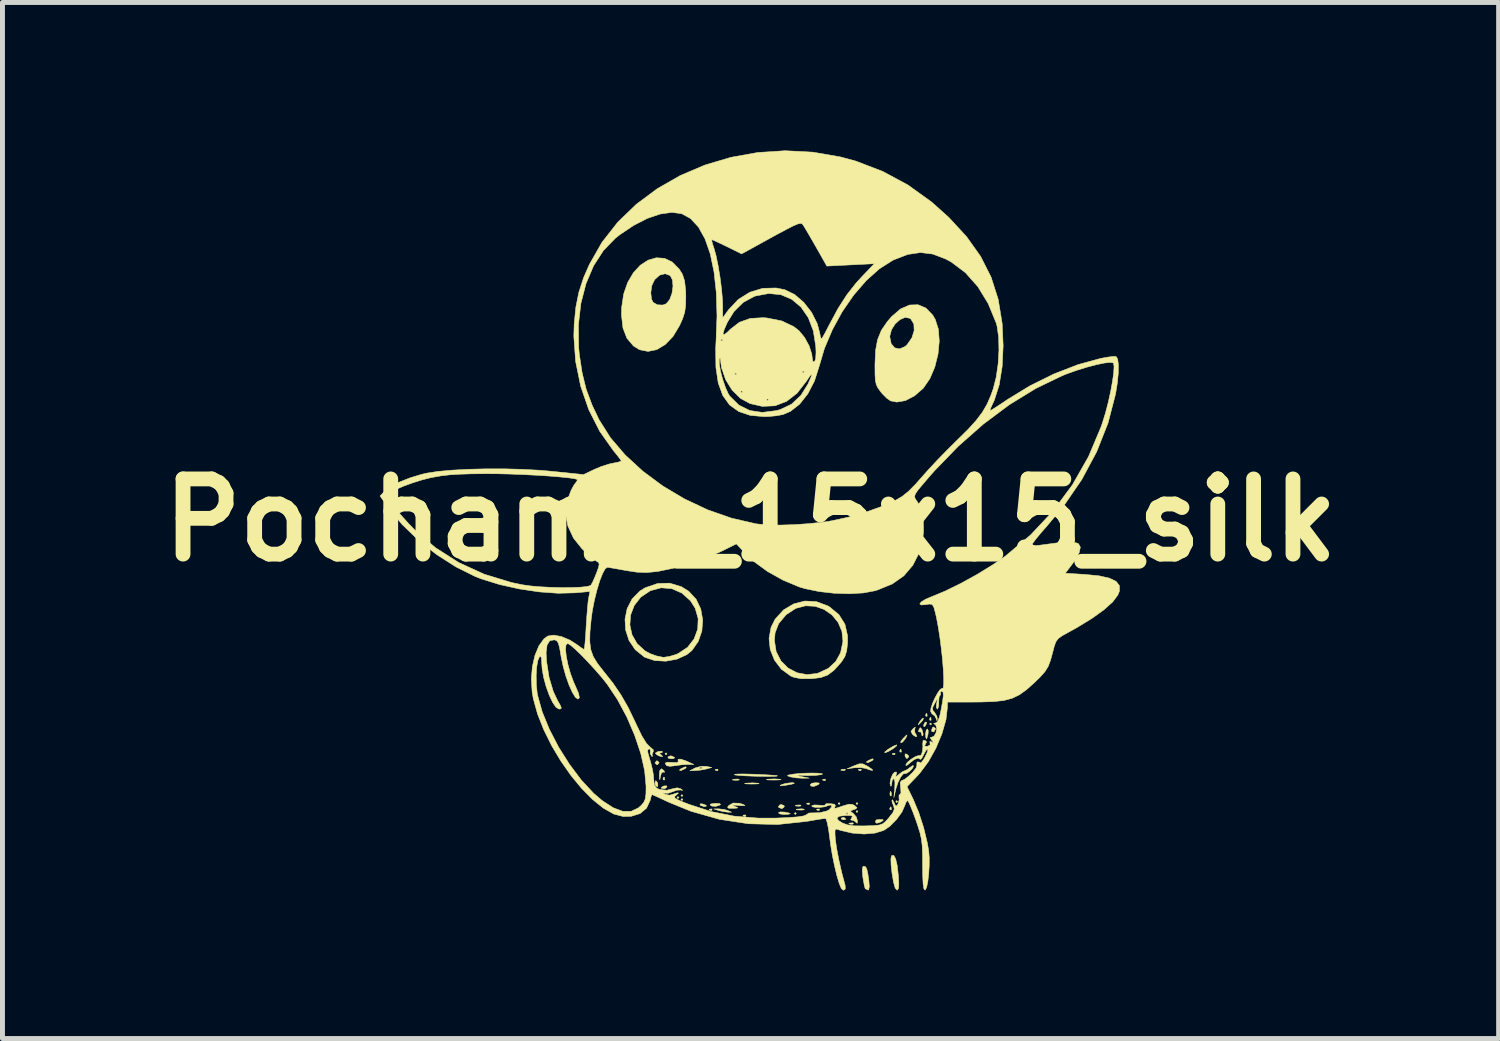
<source format=kicad_pcb>
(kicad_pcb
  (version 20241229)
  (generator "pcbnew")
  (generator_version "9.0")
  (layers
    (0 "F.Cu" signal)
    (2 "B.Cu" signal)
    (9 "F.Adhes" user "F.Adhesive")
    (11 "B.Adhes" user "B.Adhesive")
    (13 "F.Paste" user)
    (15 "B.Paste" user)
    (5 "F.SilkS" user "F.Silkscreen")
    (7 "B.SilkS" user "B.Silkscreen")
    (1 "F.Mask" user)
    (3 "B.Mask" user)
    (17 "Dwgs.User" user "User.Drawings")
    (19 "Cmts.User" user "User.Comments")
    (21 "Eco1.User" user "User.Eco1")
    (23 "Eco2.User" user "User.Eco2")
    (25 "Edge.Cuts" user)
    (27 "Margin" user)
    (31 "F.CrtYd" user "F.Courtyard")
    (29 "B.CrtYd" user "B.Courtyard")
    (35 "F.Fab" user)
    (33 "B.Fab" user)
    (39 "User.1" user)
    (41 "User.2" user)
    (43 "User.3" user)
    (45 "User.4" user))
  (footprint "Pochama_15x15_silk"
    (layer "F.Cu")
    (at 12.163 7.492)
    (property "Reference" "Pochama_15x15_silk" (at 0 0 0) (layer "F.SilkS") (effects (font (size 1.524 1.524) (thickness 0.3))))
    (attr through_hole)
    (fp_poly (pts (xy -1.693 4.737) (xy -1.713 4.757) (xy -1.734 4.737) (xy -1.713 4.717) (xy -1.693 4.737)) (stroke (width 0.01) (type solid)) (fill yes) (layer "F.SilkS"))
    (fp_poly (pts (xy -1.451 5.624) (xy -1.472 5.644) (xy -1.492 5.624) (xy -1.472 5.604) (xy -1.451 5.624)) (stroke (width 0.01) (type solid)) (fill yes) (layer "F.SilkS"))
    (fp_poly (pts (xy -1.371 5.584) (xy -1.391 5.604) (xy -1.411 5.584) (xy -1.391 5.564) (xy -1.371 5.584)) (stroke (width 0.01) (type solid)) (fill yes) (layer "F.SilkS"))
    (fp_poly (pts (xy -1.371 5.665) (xy -1.391 5.685) (xy -1.411 5.665) (xy -1.391 5.644) (xy -1.371 5.665)) (stroke (width 0.01) (type solid)) (fill yes) (layer "F.SilkS"))
    (fp_poly (pts (xy 0.927 5.947) (xy 0.907 5.967) (xy 0.887 5.947) (xy 0.907 5.927) (xy 0.927 5.947)) (stroke (width 0.01) (type solid)) (fill yes) (layer "F.SilkS"))
    (fp_poly (pts (xy 1.814 5.745) (xy 1.794 5.765) (xy 1.774 5.745) (xy 1.794 5.725) (xy 1.814 5.745)) (stroke (width 0.01) (type solid)) (fill yes) (layer "F.SilkS"))
    (fp_poly (pts (xy 2.177 5.745) (xy 2.157 5.765) (xy 2.137 5.745) (xy 2.157 5.725) (xy 2.177 5.745)) (stroke (width 0.01) (type solid)) (fill yes) (layer "F.SilkS"))
    (fp_poly (pts (xy 2.177 5.907) (xy 2.157 5.927) (xy 2.137 5.907) (xy 2.157 5.886) (xy 2.177 5.907)) (stroke (width 0.01) (type solid)) (fill yes) (layer "F.SilkS"))
    (fp_poly (pts (xy 2.983 5.705) (xy 2.963 5.725) (xy 2.943 5.705) (xy 2.963 5.685) (xy 2.983 5.705)) (stroke (width 0.01) (type solid)) (fill yes) (layer "F.SilkS"))
    (fp_poly (pts (xy 3.669 4.133) (xy 3.649 4.153) (xy 3.629 4.133) (xy 3.649 4.112) (xy 3.669 4.133)) (stroke (width 0.01) (type solid)) (fill yes) (layer "F.SilkS"))
    (fp_poly (pts (xy -1.747 5.214) (xy -1.742 5.262) (xy -1.747 5.268) (xy -1.771 5.263) (xy -1.774 5.241) (xy -1.759 5.208) (xy -1.747 5.214)) (stroke (width 0.01) (type solid)) (fill yes) (layer "F.SilkS"))
    (fp_poly (pts (xy -0.779 5.859) (xy -0.785 5.883) (xy -0.806 5.886) (xy -0.84 5.872) (xy -0.833 5.859) (xy -0.785 5.855) (xy -0.779 5.859)) (stroke (width 0.01) (type solid)) (fill yes) (layer "F.SilkS"))
    (fp_poly (pts (xy -0.659 5.053) (xy -0.664 5.077) (xy -0.685 5.08) (xy -0.719 5.065) (xy -0.712 5.053) (xy -0.664 5.048) (xy -0.659 5.053)) (stroke (width 0.01) (type solid)) (fill yes) (layer "F.SilkS"))
    (fp_poly (pts (xy -0.094 5.98) (xy -0.1 6.004) (xy -0.121 6.007) (xy -0.154 5.993) (xy -0.148 5.98) (xy -0.1 5.976) (xy -0.094 5.98)) (stroke (width 0.01) (type solid)) (fill yes) (layer "F.SilkS"))
    (fp_poly (pts (xy 1.018 5.779) (xy 1.023 5.794) (xy 0.968 5.799) (xy 0.91 5.793) (xy 0.917 5.779) (xy 1 5.774) (xy 1.018 5.779)) (stroke (width 0.01) (type solid)) (fill yes) (layer "F.SilkS"))
    (fp_poly (pts (xy 1.196 5.739) (xy 1.191 5.762) (xy 1.169 5.765) (xy 1.136 5.751) (xy 1.142 5.739) (xy 1.19 5.734) (xy 1.196 5.739)) (stroke (width 0.01) (type solid)) (fill yes) (layer "F.SilkS"))
    (fp_poly (pts (xy 1.398 5.859) (xy 1.392 5.883) (xy 1.371 5.886) (xy 1.338 5.872) (xy 1.344 5.859) (xy 1.392 5.855) (xy 1.398 5.859)) (stroke (width 0.01) (type solid)) (fill yes) (layer "F.SilkS"))
    (fp_poly (pts (xy 1.519 5.255) (xy 1.513 5.279) (xy 1.492 5.282) (xy 1.459 5.267) (xy 1.465 5.255) (xy 1.513 5.25) (xy 1.519 5.255)) (stroke (width 0.01) (type solid)) (fill yes) (layer "F.SilkS"))
    (fp_poly (pts (xy 1.924 5.056) (xy 1.912 5.074) (xy 1.871 5.077) (xy 1.828 5.067) (xy 1.847 5.052) (xy 1.91 5.048) (xy 1.924 5.056)) (stroke (width 0.01) (type solid)) (fill yes) (layer "F.SilkS"))
    (fp_poly (pts (xy 2.086 6.144) (xy 2.074 6.163) (xy 2.033 6.165) (xy 1.99 6.156) (xy 2.008 6.141) (xy 2.071 6.136) (xy 2.086 6.144)) (stroke (width 0.01) (type solid)) (fill yes) (layer "F.SilkS"))
    (fp_poly (pts (xy 2.244 5.053) (xy 2.239 5.077) (xy 2.217 5.08) (xy 2.184 5.065) (xy 2.191 5.053) (xy 2.238 5.048) (xy 2.244 5.053)) (stroke (width 0.01) (type solid)) (fill yes) (layer "F.SilkS"))
    (fp_poly (pts (xy 2.849 5.819) (xy 2.854 5.867) (xy 2.849 5.873) (xy 2.825 5.867) (xy 2.822 5.846) (xy 2.837 5.813) (xy 2.849 5.819)) (stroke (width 0.01) (type solid)) (fill yes) (layer "F.SilkS"))
    (fp_poly (pts (xy 2.85 5.516) (xy 2.855 5.579) (xy 2.847 5.593) (xy 2.828 5.581) (xy 2.825 5.54) (xy 2.835 5.497) (xy 2.85 5.516)) (stroke (width 0.01) (type solid)) (fill yes) (layer "F.SilkS"))
    (fp_poly (pts (xy 2.93 4.731) (xy 2.924 4.755) (xy 2.903 4.757) (xy 2.87 4.743) (xy 2.876 4.731) (xy 2.924 4.726) (xy 2.93 4.731)) (stroke (width 0.01) (type solid)) (fill yes) (layer "F.SilkS"))
    (fp_poly (pts (xy 3.051 4.65) (xy 3.056 4.698) (xy 3.051 4.704) (xy 3.027 4.698) (xy 3.024 4.677) (xy 3.039 4.644) (xy 3.051 4.65)) (stroke (width 0.01) (type solid)) (fill yes) (layer "F.SilkS"))
    (fp_poly (pts (xy 3.575 3.924) (xy 3.58 3.972) (xy 3.575 3.978) (xy 3.551 3.972) (xy 3.548 3.951) (xy 3.563 3.918) (xy 3.575 3.924)) (stroke (width 0.01) (type solid)) (fill yes) (layer "F.SilkS"))
    (fp_poly (pts (xy 3.655 4.005) (xy 3.66 4.053) (xy 3.655 4.059) (xy 3.631 4.053) (xy 3.629 4.032) (xy 3.643 3.999) (xy 3.655 4.005)) (stroke (width 0.01) (type solid)) (fill yes) (layer "F.SilkS"))
    (fp_poly (pts (xy -1.591 4.784) (xy -1.536 4.815) (xy -1.56 4.834) (xy -1.615 4.838) (xy -1.671 4.823) (xy -1.674 4.8) (xy -1.622 4.778) (xy -1.591 4.784)) (stroke (width 0.01) (type solid)) (fill yes) (layer "F.SilkS"))
    (fp_poly (pts (xy -0.968 5.754) (xy -0.898 5.781) (xy -0.899 5.801) (xy -0.945 5.806) (xy -1.012 5.784) (xy -1.026 5.769) (xy -1.013 5.749) (xy -0.968 5.754)) (stroke (width 0.01) (type solid)) (fill yes) (layer "F.SilkS"))
    (fp_poly (pts (xy 1.898 6.029) (xy 1.933 6.062) (xy 1.891 6.074) (xy 1.877 6.074) (xy 1.836 6.057) (xy 1.839 6.04) (xy 1.886 6.024) (xy 1.898 6.029)) (stroke (width 0.01) (type solid)) (fill yes) (layer "F.SilkS"))
    (fp_poly (pts (xy 2.685 6.071) (xy 2.687 6.089) (xy 2.625 6.126) (xy 2.556 6.145) (xy 2.529 6.117) (xy 2.546 6.078) (xy 2.606 6.068) (xy 2.685 6.071)) (stroke (width 0.01) (type solid)) (fill yes) (layer "F.SilkS"))
    (fp_poly (pts (xy 3.167 4.744) (xy 3.206 4.782) (xy 3.203 4.802) (xy 3.168 4.836) (xy 3.137 4.795) (xy 3.131 4.78) (xy 3.133 4.739) (xy 3.167 4.744)) (stroke (width 0.01) (type solid)) (fill yes) (layer "F.SilkS"))
    (fp_poly (pts (xy 3.493 4.053) (xy 3.45 4.103) (xy 3.401 4.149) (xy 3.402 4.134) (xy 3.431 4.084) (xy 3.477 4.025) (xy 3.504 4.014) (xy 3.493 4.053)) (stroke (width 0.01) (type solid)) (fill yes) (layer "F.SilkS"))
    (fp_poly (pts (xy 3.57 4.099) (xy 3.563 4.13) (xy 3.531 4.187) (xy 3.51 4.178) (xy 3.508 4.155) (xy 3.537 4.1) (xy 3.547 4.093) (xy 3.57 4.099)) (stroke (width 0.01) (type solid)) (fill yes) (layer "F.SilkS"))
    (fp_poly (pts (xy -1.893 5.313) (xy -1.88 5.342) (xy -1.88 5.394) (xy -1.896 5.403) (xy -1.931 5.37) (xy -1.935 5.342) (xy -1.927 5.288) (xy -1.919 5.282) (xy -1.893 5.313)) (stroke (width 0.01) (type solid)) (fill yes) (layer "F.SilkS"))
    (fp_poly (pts (xy -1.856 4.909) (xy -1.855 4.919) (xy -1.885 4.958) (xy -1.895 4.959) (xy -1.934 4.928) (xy -1.935 4.919) (xy -1.905 4.88) (xy -1.895 4.878) (xy -1.856 4.909)) (stroke (width 0.01) (type solid)) (fill yes) (layer "F.SilkS"))
    (fp_poly (pts (xy -1.693 5.404) (xy -1.726 5.438) (xy -1.754 5.443) (xy -1.808 5.434) (xy -1.814 5.427) (xy -1.783 5.401) (xy -1.754 5.388) (xy -1.702 5.387) (xy -1.693 5.404)) (stroke (width 0.01) (type solid)) (fill yes) (layer "F.SilkS"))
    (fp_poly (pts (xy -1.303 5.017) (xy -1.33 5.04) (xy -1.404 5.074) (xy -1.431 5.079) (xy -1.438 5.062) (xy -1.411 5.04) (xy -1.338 5.006) (xy -1.31 5.001) (xy -1.303 5.017)) (stroke (width 0.01) (type solid)) (fill yes) (layer "F.SilkS"))
    (fp_poly (pts (xy -0.531 5.866) (xy -0.464 5.886) (xy -0.383 5.921) (xy -0.464 5.92) (xy -0.566 5.906) (xy -0.645 5.886) (xy -0.746 5.854) (xy -0.645 5.853) (xy -0.531 5.866)) (stroke (width 0.01) (type solid)) (fill yes) (layer "F.SilkS"))
    (fp_poly (pts (xy -0.231 5.255) (xy -0.23 5.268) (xy -0.293 5.274) (xy -0.302 5.274) (xy -0.365 5.268) (xy -0.359 5.256) (xy -0.352 5.254) (xy -0.264 5.248) (xy -0.231 5.255)) (stroke (width 0.01) (type solid)) (fill yes) (layer "F.SilkS"))
    (fp_poly (pts (xy 0.679 5.787) (xy 0.685 5.806) (xy 0.653 5.841) (xy 0.625 5.846) (xy 0.571 5.824) (xy 0.564 5.806) (xy 0.597 5.77) (xy 0.625 5.765) (xy 0.679 5.787)) (stroke (width 0.01) (type solid)) (fill yes) (layer "F.SilkS"))
    (fp_poly (pts (xy 1.078 5.859) (xy 1.091 5.87) (xy 1.035 5.877) (xy 1.008 5.877) (xy 0.935 5.873) (xy 0.926 5.862) (xy 0.937 5.859) (xy 1.04 5.852) (xy 1.078 5.859)) (stroke (width 0.01) (type solid)) (fill yes) (layer "F.SilkS"))
    (fp_poly (pts (xy 1.391 5.329) (xy 1.389 5.349) (xy 1.371 5.362) (xy 1.286 5.398) (xy 1.224 5.391) (xy 1.21 5.362) (xy 1.244 5.333) (xy 1.32 5.323) (xy 1.391 5.329)) (stroke (width 0.01) (type solid)) (fill yes) (layer "F.SilkS"))
    (fp_poly (pts (xy 2.487 4.856) (xy 2.459 4.878) (xy 2.386 4.913) (xy 2.359 4.917) (xy 2.351 4.901) (xy 2.379 4.878) (xy 2.452 4.844) (xy 2.48 4.839) (xy 2.487 4.856)) (stroke (width 0.01) (type solid)) (fill yes) (layer "F.SilkS"))
    (fp_poly (pts (xy 3.164 4.383) (xy 3.135 4.435) (xy 3.082 4.498) (xy 3.048 4.516) (xy 3.044 4.491) (xy 3.084 4.435) (xy 3.143 4.375) (xy 3.172 4.354) (xy 3.164 4.383)) (stroke (width 0.01) (type solid)) (fill yes) (layer "F.SilkS"))
    (fp_poly (pts (xy 3.602 4.267) (xy 3.598 4.334) (xy 3.578 4.41) (xy 3.563 4.435) (xy 3.552 4.4) (xy 3.548 4.334) (xy 3.56 4.258) (xy 3.583 4.233) (xy 3.602 4.267)) (stroke (width 0.01) (type solid)) (fill yes) (layer "F.SilkS"))
    (fp_poly (pts (xy 3.748 4.222) (xy 3.75 4.231) (xy 3.72 4.286) (xy 3.709 4.294) (xy 3.675 4.285) (xy 3.669 4.256) (xy 3.69 4.201) (xy 3.709 4.193) (xy 3.748 4.222)) (stroke (width 0.01) (type solid)) (fill yes) (layer "F.SilkS"))
    (fp_poly (pts (xy -0.622 5.748) (xy -0.609 5.768) (xy -0.615 5.773) (xy -0.701 5.802) (xy -0.785 5.797) (xy -0.822 5.773) (xy -0.8 5.752) (xy -0.722 5.742) (xy -0.704 5.741) (xy -0.622 5.748)) (stroke (width 0.01) (type solid)) (fill yes) (layer "F.SilkS"))
    (fp_poly (pts (xy 0.152 5.333) (xy 0.174 5.342) (xy 0.126 5.348) (xy 0.02 5.35) (xy -0.083 5.347) (xy -0.123 5.341) (xy -0.091 5.333) (xy -0.09 5.333) (xy 0.041 5.326) (xy 0.152 5.333)) (stroke (width 0.01) (type solid)) (fill yes) (layer "F.SilkS"))
    (fp_poly (pts (xy 0.595 5.253) (xy 0.618 5.261) (xy 0.57 5.267) (xy 0.464 5.269) (xy 0.36 5.267) (xy 0.32 5.261) (xy 0.353 5.252) (xy 0.353 5.252) (xy 0.485 5.246) (xy 0.595 5.253)) (stroke (width 0.01) (type solid)) (fill yes) (layer "F.SilkS"))
    (fp_poly (pts (xy 0.887 5.33) (xy 0.884 5.337) (xy 0.837 5.352) (xy 0.74 5.37) (xy 0.706 5.376) (xy 0.614 5.387) (xy 0.599 5.378) (xy 0.625 5.364) (xy 0.695 5.342) (xy 0.781 5.328) (xy 0.854 5.322) (xy 0.887 5.33)) (stroke (width 0.01) (type solid)) (fill yes) (layer "F.SilkS"))
    (fp_poly (pts (xy 3.334 4.219) (xy 3.33 4.225) (xy 3.327 4.296) (xy 3.348 4.336) (xy 3.372 4.383) (xy 3.348 4.39) (xy 3.297 4.356) (xy 3.277 4.336) (xy 3.252 4.281) (xy 3.295 4.227) (xy 3.34 4.195) (xy 3.334 4.219)) (stroke (width 0.01) (type solid)) (fill yes) (layer "F.SilkS"))
    (fp_poly (pts (xy 3.465 4.232) (xy 3.476 4.251) (xy 3.498 4.331) (xy 3.493 4.366) (xy 3.476 4.376) (xy 3.47 4.342) (xy 3.451 4.293) (xy 3.427 4.294) (xy 3.405 4.287) (xy 3.413 4.251) (xy 3.438 4.205) (xy 3.465 4.232)) (stroke (width 0.01) (type solid)) (fill yes) (layer "F.SilkS"))
    (fp_poly (pts (xy -1.757 5.076) (xy -1.75 5.086) (xy -1.745 5.114) (xy -1.765 5.106) (xy -1.803 5.118) (xy -1.826 5.19) (xy -1.837 5.259) (xy -1.844 5.254) (xy -1.849 5.172) (xy -1.849 5.171) (xy -1.839 5.074) (xy -1.805 5.04) (xy -1.757 5.076)) (stroke (width 0.01) (type solid)) (fill yes) (layer "F.SilkS"))
    (fp_poly (pts (xy 0.682 5.918) (xy 0.685 5.918) (xy 0.77 5.935) (xy 0.806 5.951) (xy 0.806 5.951) (xy 0.771 5.962) (xy 0.687 5.967) (xy 0.685 5.967) (xy 0.6 5.957) (xy 0.564 5.934) (xy 0.564 5.934) (xy 0.599 5.915) (xy 0.682 5.918)) (stroke (width 0.01) (type solid)) (fill yes) (layer "F.SilkS"))
    (fp_poly (pts (xy 2.961 4.575) (xy 2.904 4.622) (xy 2.883 4.637) (xy 2.792 4.69) (xy 2.727 4.716) (xy 2.721 4.717) (xy 2.724 4.698) (xy 2.78 4.651) (xy 2.802 4.637) (xy 2.893 4.583) (xy 2.958 4.557) (xy 2.963 4.556) (xy 2.961 4.575)) (stroke (width 0.01) (type solid)) (fill yes) (layer "F.SilkS"))
    (fp_poly (pts (xy 2.275 4.941) (xy 2.361 4.983) (xy 2.384 4.997) (xy 2.465 5.053) (xy 2.475 5.075) (xy 2.414 5.063) (xy 2.343 5.036) (xy 2.237 5.016) (xy 2.109 5.019) (xy 2.101 5.02) (xy 1.955 5.042) (xy 2.102 4.978) (xy 2.203 4.94) (xy 2.275 4.941)) (stroke (width 0.01) (type solid)) (fill yes) (layer "F.SilkS"))
    (fp_poly (pts (xy -1.786 4.692) (xy -1.794 4.714) (xy -1.818 4.718) (xy -1.852 4.725) (xy -1.816 4.756) (xy -1.814 4.757) (xy -1.782 4.789) (xy -1.794 4.797) (xy -1.861 4.777) (xy -1.894 4.759) (xy -1.93 4.725) (xy -1.892 4.698) (xy -1.882 4.694) (xy -1.811 4.683) (xy -1.786 4.692)) (stroke (width 0.01) (type solid)) (fill yes) (layer "F.SilkS"))
    (fp_poly (pts (xy 2.33 7.026) (xy 2.355 7.068) (xy 2.376 7.159) (xy 2.398 7.308) (xy 2.407 7.431) (xy 2.394 7.494) (xy 2.384 7.499) (xy 2.327 7.472) (xy 2.323 7.466) (xy 2.307 7.411) (xy 2.287 7.303) (xy 2.275 7.225) (xy 2.264 7.09) (xy 2.276 7.025) (xy 2.294 7.015) (xy 2.33 7.026)) (stroke (width 0.01) (type solid)) (fill yes) (layer "F.SilkS"))
    (fp_poly (pts (xy 2.941 6.865) (xy 2.973 7.005) (xy 2.996 7.207) (xy 3.005 7.366) (xy 3 7.458) (xy 2.98 7.496) (xy 2.967 7.499) (xy 2.932 7.459) (xy 2.898 7.34) (xy 2.869 7.169) (xy 2.849 6.994) (xy 2.845 6.867) (xy 2.857 6.803) (xy 2.859 6.801) (xy 2.902 6.795) (xy 2.941 6.865)) (stroke (width 0.01) (type solid)) (fill yes) (layer "F.SilkS"))
    (fp_poly (pts (xy -1.411 4.846) (xy -1.303 4.883) (xy -1.27 4.898) (xy -1.149 4.954) (xy -1.27 4.953) (xy -1.398 4.96) (xy -1.532 4.979) (xy -1.634 4.99) (xy -1.699 4.979) (xy -1.703 4.976) (xy -1.732 4.927) (xy -1.69 4.907) (xy -1.587 4.912) (xy -1.49 4.915) (xy -1.464 4.893) (xy -1.468 4.883) (xy -1.469 4.846) (xy -1.411 4.846)) (stroke (width 0.01) (type solid)) (fill yes) (layer "F.SilkS"))
    (fp_poly (pts (xy -0.902 4.991) (xy -0.786 5.014) (xy -0.887 5.043) (xy -1.006 5.066) (xy -1.109 5.076) (xy -1.23 5.08) (xy -1.123 5.024) (xy -1.083 5.013) (xy -1.035 5.013) (xy -1.029 5.037) (xy -1.008 5.04) (xy -0.975 5.025) (xy -0.981 5.013) (xy -1.029 5.008) (xy -1.035 5.013) (xy -1.083 5.013) (xy -1 4.989) (xy -0.902 4.991)) (stroke (width 0.01) (type solid)) (fill yes) (layer "F.SilkS"))
    (fp_poly (pts (xy -0.224 5.739) (xy -0.141 5.766) (xy -0.114 5.786) (xy -0.162 5.79) (xy -0.242 5.784) (xy -0.342 5.777) (xy -0.367 5.782) (xy -0.323 5.802) (xy -0.323 5.802) (xy -0.261 5.826) (xy -0.268 5.837) (xy -0.348 5.842) (xy -0.358 5.842) (xy -0.445 5.84) (xy -0.466 5.82) (xy -0.443 5.786) (xy -0.353 5.735) (xy -0.224 5.739)) (stroke (width 0.01) (type solid)) (fill yes) (layer "F.SilkS"))
    (fp_poly (pts (xy 0.033 5.15) (xy 0.04 5.15) (xy 0.228 5.158) (xy 0.386 5.167) (xy 0.498 5.175) (xy 0.544 5.181) (xy 0.537 5.189) (xy 0.466 5.194) (xy 0.35 5.195) (xy 0.206 5.194) (xy 0.051 5.19) (xy -0.098 5.184) (xy -0.223 5.176) (xy -0.306 5.167) (xy -0.323 5.163) (xy -0.325 5.153) (xy -0.259 5.147) (xy -0.136 5.146) (xy 0.033 5.15)) (stroke (width 0.01) (type solid)) (fill yes) (layer "F.SilkS"))
    (fp_poly (pts (xy 1.349 5.129) (xy 1.43 5.136) (xy 1.462 5.146) (xy 1.431 5.16) (xy 1.32 5.174) (xy 1.172 5.178) (xy 1.089 5.176) (xy 0.969 5.171) (xy 0.925 5.172) (xy 0.952 5.182) (xy 1.028 5.198) (xy 1.189 5.23) (xy 1.048 5.232) (xy 0.919 5.224) (xy 0.806 5.204) (xy 0.751 5.184) (xy 0.758 5.17) (xy 0.835 5.154) (xy 0.867 5.149) (xy 0.979 5.137) (xy 1.107 5.13) (xy 1.236 5.127) (xy 1.349 5.129)) (stroke (width 0.01) (type solid)) (fill yes) (layer "F.SilkS"))
    (fp_poly (pts (xy 3.306 4.984) (xy 3.281 5.033) (xy 3.224 5.091) (xy 3.165 5.133) (xy 3.134 5.137) (xy 3.096 5.144) (xy 3.044 5.208) (xy 2.992 5.31) (xy 2.951 5.431) (xy 2.948 5.443) (xy 2.905 5.624) (xy 2.923 5.433) (xy 2.927 5.316) (xy 2.914 5.25) (xy 2.902 5.241) (xy 2.871 5.275) (xy 2.863 5.329) (xy 2.854 5.387) (xy 2.839 5.392) (xy 2.826 5.333) (xy 2.844 5.24) (xy 2.88 5.152) (xy 2.923 5.106) (xy 2.962 5.109) (xy 2.954 5.153) (xy 2.942 5.197) (xy 2.967 5.187) (xy 3.01 5.151) (xy 3.082 5.098) (xy 3.125 5.08) (xy 3.178 5.056) (xy 3.232 5.013) (xy 3.287 4.976) (xy 3.306 4.984)) (stroke (width 0.01) (type solid)) (fill yes) (layer "F.SilkS"))
    (fp_poly (pts (xy -1.744 -5.306) (xy -1.587 -5.231) (xy -1.446 -5.088) (xy -1.381 -4.984) (xy -1.337 -4.849) (xy -1.315 -4.649) (xy -1.312 -4.536) (xy -1.316 -4.354) (xy -1.334 -4.216) (xy -1.375 -4.086) (xy -1.438 -3.944) (xy -1.571 -3.723) (xy -1.728 -3.559) (xy -1.9 -3.456) (xy -2.077 -3.419) (xy -2.249 -3.453) (xy -2.373 -3.529) (xy -2.506 -3.686) (xy -2.586 -3.893) (xy -2.616 -4.155) (xy -2.613 -4.308) (xy -2.572 -4.581) (xy -2.562 -4.611) (xy -2.022 -4.611) (xy -2.008 -4.48) (xy -1.975 -4.414) (xy -1.889 -4.364) (xy -1.779 -4.359) (xy -1.709 -4.385) (xy -1.639 -4.47) (xy -1.592 -4.597) (xy -1.572 -4.739) (xy -1.583 -4.868) (xy -1.628 -4.955) (xy -1.631 -4.957) (xy -1.731 -4.994) (xy -1.844 -4.964) (xy -1.945 -4.873) (xy -1.945 -4.873) (xy -2.001 -4.754) (xy -2.022 -4.611) (xy -2.562 -4.611) (xy -2.49 -4.818) (xy -2.374 -5.015) (xy -2.234 -5.167) (xy -2.076 -5.269) (xy -1.91 -5.317) (xy -1.744 -5.306)) (stroke (width 0.01) (type solid)) (fill yes) (layer "F.SilkS"))
    (fp_poly (pts (xy 3.556 -4.297) (xy 3.693 -4.155) (xy 3.742 -4.072) (xy 3.807 -3.87) (xy 3.825 -3.627) (xy 3.8 -3.364) (xy 3.735 -3.103) (xy 3.634 -2.866) (xy 3.502 -2.674) (xy 3.495 -2.667) (xy 3.32 -2.516) (xy 3.138 -2.422) (xy 2.962 -2.392) (xy 2.837 -2.417) (xy 2.76 -2.471) (xy 2.669 -2.563) (xy 2.635 -2.605) (xy 2.582 -2.678) (xy 2.549 -2.747) (xy 2.53 -2.831) (xy 2.523 -2.95) (xy 2.522 -3.126) (xy 2.522 -3.162) (xy 2.534 -3.438) (xy 2.575 -3.658) (xy 2.599 -3.717) (xy 2.822 -3.717) (xy 2.85 -3.577) (xy 2.921 -3.492) (xy 3.02 -3.47) (xy 3.132 -3.518) (xy 3.175 -3.558) (xy 3.271 -3.696) (xy 3.316 -3.842) (xy 3.31 -3.975) (xy 3.249 -4.075) (xy 3.226 -4.092) (xy 3.132 -4.108) (xy 3.028 -4.063) (xy 2.931 -3.976) (xy 2.857 -3.86) (xy 2.823 -3.733) (xy 2.822 -3.717) (xy 2.599 -3.717) (xy 2.651 -3.846) (xy 2.771 -4.022) (xy 2.86 -4.125) (xy 3.04 -4.28) (xy 3.222 -4.36) (xy 3.397 -4.365) (xy 3.556 -4.297)) (stroke (width 0.01) (type solid)) (fill yes) (layer "F.SilkS"))
    (fp_poly (pts (xy -1.404 1.349) (xy -1.256 1.44) (xy -1.104 1.602) (xy -1.009 1.802) (xy -0.97 2.024) (xy -0.987 2.249) (xy -1.06 2.46) (xy -1.186 2.64) (xy -1.293 2.728) (xy -1.492 2.819) (xy -1.718 2.86) (xy -1.944 2.847) (xy -2.142 2.781) (xy -2.156 2.773) (xy -2.338 2.626) (xy -2.464 2.439) (xy -2.532 2.228) (xy -2.538 2.126) (xy -2.446 2.126) (xy -2.402 2.325) (xy -2.3 2.504) (xy -2.139 2.651) (xy -2.039 2.705) (xy -1.907 2.753) (xy -1.782 2.779) (xy -1.754 2.78) (xy -1.64 2.763) (xy -1.504 2.721) (xy -1.468 2.705) (xy -1.277 2.579) (xy -1.144 2.408) (xy -1.071 2.209) (xy -1.062 1.996) (xy -1.122 1.787) (xy -1.218 1.635) (xy -1.393 1.479) (xy -1.596 1.39) (xy -1.812 1.372) (xy -2.027 1.43) (xy -2.034 1.433) (xy -2.225 1.562) (xy -2.357 1.73) (xy -2.431 1.923) (xy -2.446 2.126) (xy -2.538 2.126) (xy -2.545 2.008) (xy -2.501 1.793) (xy -2.401 1.598) (xy -2.245 1.439) (xy -2.137 1.372) (xy -1.885 1.285) (xy -1.639 1.278) (xy -1.404 1.349)) (stroke (width 0.01) (type solid)) (fill yes) (layer "F.SilkS"))
    (fp_poly (pts (xy 1.338 1.653) (xy 1.567 1.739) (xy 1.598 1.757) (xy 1.791 1.916) (xy 1.913 2.11) (xy 1.966 2.344) (xy 1.967 2.488) (xy 1.949 2.649) (xy 1.913 2.764) (xy 1.845 2.87) (xy 1.83 2.889) (xy 1.692 3.043) (xy 1.565 3.14) (xy 1.423 3.192) (xy 1.24 3.214) (xy 1.218 3.215) (xy 1.018 3.214) (xy 0.872 3.185) (xy 0.816 3.161) (xy 0.624 3.022) (xy 0.484 2.837) (xy 0.399 2.623) (xy 0.379 2.439) (xy 0.484 2.439) (xy 0.519 2.665) (xy 0.616 2.854) (xy 0.761 2.999) (xy 0.942 3.094) (xy 1.145 3.132) (xy 1.357 3.107) (xy 1.565 3.011) (xy 1.585 2.998) (xy 1.727 2.866) (xy 1.821 2.696) (xy 1.826 2.682) (xy 1.873 2.459) (xy 1.852 2.254) (xy 1.774 2.072) (xy 1.65 1.922) (xy 1.491 1.811) (xy 1.309 1.747) (xy 1.114 1.737) (xy 0.917 1.789) (xy 0.731 1.911) (xy 0.712 1.928) (xy 0.57 2.098) (xy 0.498 2.283) (xy 0.484 2.439) (xy 0.379 2.439) (xy 0.375 2.396) (xy 0.416 2.172) (xy 0.497 2.01) (xy 0.667 1.822) (xy 0.874 1.698) (xy 1.102 1.64) (xy 1.338 1.653)) (stroke (width 0.01) (type solid)) (fill yes) (layer "F.SilkS"))
    (fp_poly (pts (xy 1.263 -7.458) (xy 1.82 -7.362) (xy 2.137 -7.276) (xy 2.683 -7.066) (xy 3.193 -6.791) (xy 3.673 -6.445) (xy 4.018 -6.136) (xy 4.379 -5.745) (xy 4.664 -5.344) (xy 4.876 -4.924) (xy 5.02 -4.474) (xy 5.1 -3.985) (xy 5.12 -3.534) (xy 5.1 -3.112) (xy 5.04 -2.741) (xy 4.941 -2.43) (xy 4.896 -2.334) (xy 4.861 -2.255) (xy 4.854 -2.218) (xy 4.856 -2.217) (xy 4.895 -2.239) (xy 4.986 -2.296) (xy 5.112 -2.379) (xy 5.203 -2.441) (xy 5.663 -2.722) (xy 6.148 -2.962) (xy 6.636 -3.151) (xy 7.103 -3.279) (xy 7.243 -3.304) (xy 7.354 -3.317) (xy 7.409 -3.316) (xy 7.441 -3.265) (xy 7.456 -3.15) (xy 7.454 -2.983) (xy 7.435 -2.78) (xy 7.398 -2.554) (xy 7.246 -1.968) (xy 7.017 -1.388) (xy 6.715 -0.824) (xy 6.344 -0.282) (xy 6.014 0.113) (xy 5.888 0.257) (xy 5.787 0.379) (xy 5.721 0.468) (xy 5.699 0.511) (xy 5.7 0.512) (xy 5.749 0.518) (xy 5.854 0.51) (xy 5.995 0.491) (xy 6.004 0.49) (xy 6.264 0.455) (xy 6.466 0.446) (xy 6.605 0.462) (xy 6.648 0.48) (xy 6.685 0.548) (xy 6.661 0.66) (xy 6.579 0.81) (xy 6.516 0.898) (xy 6.38 1.077) (xy 6.775 1.101) (xy 7.062 1.129) (xy 7.273 1.176) (xy 7.41 1.242) (xy 7.477 1.329) (xy 7.477 1.44) (xy 7.444 1.52) (xy 7.34 1.659) (xy 7.164 1.817) (xy 6.922 1.991) (xy 6.618 2.177) (xy 6.452 2.269) (xy 6.318 2.343) (xy 6.236 2.402) (xy 6.187 2.47) (xy 6.153 2.568) (xy 6.128 2.666) (xy 6.081 2.839) (xy 6.033 2.966) (xy 5.968 3.071) (xy 5.87 3.181) (xy 5.75 3.298) (xy 5.592 3.439) (xy 5.449 3.541) (xy 5.303 3.612) (xy 5.135 3.656) (xy 4.929 3.679) (xy 4.667 3.687) (xy 4.566 3.688) (xy 3.991 3.689) (xy 3.991 3.79) (xy 3.961 4.046) (xy 3.879 4.331) (xy 3.758 4.622) (xy 3.605 4.896) (xy 3.431 5.13) (xy 3.394 5.171) (xy 3.172 5.403) (xy 3.299 5.663) (xy 3.41 5.929) (xy 3.509 6.236) (xy 3.584 6.547) (xy 3.611 6.703) (xy 3.622 6.843) (xy 3.621 7.005) (xy 3.611 7.171) (xy 3.594 7.321) (xy 3.571 7.435) (xy 3.544 7.495) (xy 3.534 7.499) (xy 3.513 7.47) (xy 3.498 7.379) (xy 3.49 7.219) (xy 3.487 6.985) (xy 3.486 6.764) (xy 3.479 6.599) (xy 3.463 6.464) (xy 3.434 6.336) (xy 3.388 6.189) (xy 3.35 6.078) (xy 3.29 5.915) (xy 3.237 5.785) (xy 3.199 5.704) (xy 3.183 5.685) (xy 3.152 5.719) (xy 3.13 5.778) (xy 3.068 5.918) (xy 2.958 6.069) (xy 2.825 6.204) (xy 2.703 6.288) (xy 2.525 6.344) (xy 2.302 6.363) (xy 2.06 6.344) (xy 1.825 6.29) (xy 1.766 6.269) (xy 1.729 6.263) (xy 1.712 6.293) (xy 1.712 6.375) (xy 1.72 6.478) (xy 1.746 6.661) (xy 1.791 6.894) (xy 1.849 7.149) (xy 1.916 7.398) (xy 1.918 7.408) (xy 1.919 7.478) (xy 1.885 7.503) (xy 1.841 7.469) (xy 1.799 7.369) (xy 1.751 7.21) (xy 1.703 7.011) (xy 1.658 6.794) (xy 1.623 6.578) (xy 1.609 6.473) (xy 1.583 6.279) (xy 1.556 6.137) (xy 1.53 6.059) (xy 1.516 6.048) (xy 1.458 6.054) (xy 1.342 6.072) (xy 1.19 6.098) (xy 1.129 6.108) (xy 0.548 6.17) (xy -0.042 6.155) (xy -0.631 6.065) (xy -1.21 5.901) (xy -1.649 5.722) (xy -1.797 5.653) (xy -1.915 5.599) (xy -1.986 5.568) (xy -1.998 5.564) (xy -2.014 5.598) (xy -2.035 5.681) (xy -2.036 5.684) (xy -2.108 5.839) (xy -2.239 5.948) (xy -2.419 6.004) (xy -2.58 6.008) (xy -2.774 5.957) (xy -2.984 5.838) (xy -3.204 5.661) (xy -3.425 5.437) (xy -3.642 5.174) (xy -3.846 4.882) (xy -4.032 4.571) (xy -4.191 4.25) (xy -4.317 3.931) (xy -4.403 3.621) (xy -4.427 3.482) (xy -4.443 3.225) (xy -4.437 3.148) (xy -4.345 3.148) (xy -4.342 3.331) (xy -4.325 3.504) (xy -4.317 3.55) (xy -4.224 3.883) (xy -4.078 4.24) (xy -3.89 4.602) (xy -3.67 4.95) (xy -3.431 5.268) (xy -3.182 5.536) (xy -3.005 5.687) (xy -2.783 5.831) (xy -2.589 5.903) (xy -2.421 5.903) (xy -2.272 5.832) (xy -2.217 5.784) (xy -2.164 5.721) (xy -2.134 5.65) (xy -2.12 5.547) (xy -2.118 5.391) (xy -2.147 5.079) (xy -2.226 4.728) (xy -2.35 4.359) (xy -2.509 3.989) (xy -2.698 3.637) (xy -2.906 3.326) (xy -3.017 3.187) (xy -3.149 3.035) (xy -3.29 2.882) (xy -3.427 2.739) (xy -3.551 2.62) (xy -3.647 2.536) (xy -3.705 2.5) (xy -3.709 2.5) (xy -3.742 2.535) (xy -3.749 2.629) (xy -3.734 2.768) (xy -3.7 2.933) (xy -3.65 3.111) (xy -3.586 3.284) (xy -3.552 3.359) (xy -3.486 3.511) (xy -3.469 3.601) (xy -3.498 3.629) (xy -3.55 3.592) (xy -3.612 3.491) (xy -3.679 3.343) (xy -3.743 3.163) (xy -3.798 2.966) (xy -3.84 2.768) (xy -3.844 2.742) (xy -3.871 2.585) (xy -3.897 2.492) (xy -3.929 2.445) (xy -3.975 2.427) (xy -3.979 2.427) (xy -4.069 2.445) (xy -4.124 2.531) (xy -4.144 2.687) (xy -4.135 2.861) (xy -4.084 3.187) (xy -3.999 3.472) (xy -3.911 3.658) (xy -3.853 3.76) (xy -3.835 3.811) (xy -3.854 3.828) (xy -3.883 3.83) (xy -3.944 3.793) (xy -4.012 3.694) (xy -4.081 3.548) (xy -4.143 3.375) (xy -4.194 3.189) (xy -4.225 3.009) (xy -4.233 2.886) (xy -4.24 2.786) (xy -4.261 2.758) (xy -4.277 2.769) (xy -4.311 2.845) (xy -4.335 2.979) (xy -4.345 3.148) (xy -4.437 3.148) (xy -4.423 2.973) (xy -4.37 2.742) (xy -4.29 2.549) (xy -4.188 2.407) (xy -4.109 2.35) (xy -3.988 2.331) (xy -3.831 2.361) (xy -3.659 2.434) (xy -3.52 2.523) (xy -3.435 2.585) (xy -3.381 2.618) (xy -3.374 2.621) (xy -3.365 2.583) (xy -3.354 2.481) (xy -3.353 2.466) (xy -3.259 2.466) (xy -3.238 2.627) (xy -3.188 2.766) (xy -3.104 2.904) (xy -2.991 3.049) (xy -2.791 3.301) (xy -2.628 3.54) (xy -2.482 3.795) (xy -2.337 4.095) (xy -2.316 4.141) (xy -2.204 4.374) (xy -2.108 4.528) (xy -2.034 4.602) (xy -1.969 4.657) (xy -1.973 4.695) (xy -1.973 4.695) (xy -1.997 4.747) (xy -1.99 4.766) (xy -1.988 4.791) (xy -2.008 4.783) (xy -2.035 4.727) (xy -2.03 4.696) (xy -2.035 4.645) (xy -2.057 4.637) (xy -2.088 4.667) (xy -2.078 4.727) (xy -2.023 4.916) (xy -1.989 5.052) (xy -1.97 5.16) (xy -1.962 5.26) (xy -1.949 5.37) (xy -1.908 5.429) (xy -1.843 5.46) (xy -1.696 5.476) (xy -1.605 5.452) (xy -1.486 5.426) (xy -1.415 5.447) (xy -1.374 5.477) (xy -1.402 5.474) (xy -1.413 5.47) (xy -1.494 5.474) (xy -1.572 5.503) (xy -1.667 5.536) (xy -1.732 5.535) (xy -1.772 5.527) (xy -1.741 5.553) (xy -1.737 5.556) (xy -1.645 5.576) (xy -1.583 5.56) (xy -1.486 5.528) (xy -1.46 5.533) (xy -1.506 5.574) (xy -1.511 5.578) (xy -1.539 5.606) (xy -1.532 5.634) (xy -1.478 5.667) (xy -1.367 5.715) (xy -1.246 5.762) (xy -0.793 5.909) (xy -0.334 6) (xy 0.154 6.04) (xy 0.517 6.04) (xy 0.766 6.029) (xy 0.955 6.015) (xy 1.076 5.996) (xy 1.122 5.977) (xy 1.17 5.947) (xy 1.935 5.947) (xy 1.955 5.967) (xy 1.976 5.947) (xy 1.955 5.927) (xy 1.935 5.947) (xy 1.17 5.947) (xy 1.183 5.938) (xy 1.21 5.936) (xy 1.404 5.931) (xy 1.551 5.894) (xy 1.595 5.869) (xy 1.643 5.813) (xy 1.636 5.775) (xy 1.582 5.781) (xy 1.565 5.79) (xy 1.498 5.812) (xy 1.405 5.823) (xy 1.313 5.822) (xy 1.249 5.81) (xy 1.239 5.791) (xy 1.289 5.774) (xy 1.383 5.777) (xy 1.397 5.779) (xy 1.482 5.785) (xy 1.515 5.773) (xy 1.514 5.769) (xy 1.532 5.748) (xy 1.623 5.749) (xy 1.706 5.76) (xy 1.72 5.791) (xy 1.713 5.806) (xy 1.7 5.836) (xy 1.72 5.842) (xy 1.789 5.822) (xy 1.882 5.79) (xy 1.994 5.758) (xy 2.066 5.762) (xy 2.111 5.787) (xy 2.158 5.828) (xy 2.135 5.853) (xy 2.092 5.868) (xy 2.029 5.892) (xy 2.04 5.917) (xy 2.079 5.942) (xy 2.143 6.015) (xy 2.165 6.088) (xy 2.163 6.145) (xy 2.151 6.138) (xy 2.097 6.093) (xy 2.068 6.088) (xy 2.029 6.075) (xy 2.05 6.034) (xy 2.064 6.001) (xy 2.022 5.987) (xy 1.927 5.987) (xy 1.8 6.002) (xy 1.751 6.037) (xy 1.78 6.087) (xy 1.864 6.14) (xy 1.967 6.178) (xy 2.105 6.197) (xy 2.298 6.199) (xy 2.333 6.198) (xy 2.498 6.192) (xy 2.606 6.181) (xy 2.678 6.156) (xy 2.736 6.109) (xy 2.805 6.033) (xy 2.805 6.032) (xy 2.886 5.928) (xy 2.914 5.856) (xy 2.902 5.803) (xy 2.87 5.717) (xy 2.865 5.677) (xy 2.879 5.669) (xy 2.908 5.725) (xy 2.94 5.792) (xy 2.966 5.79) (xy 2.989 5.753) (xy 3.014 5.666) (xy 3.008 5.622) (xy 3.01 5.571) (xy 3.027 5.564) (xy 3.049 5.528) (xy 3.043 5.433) (xy 3.041 5.423) (xy 3.033 5.319) (xy 3.057 5.282) (xy 3.058 5.282) (xy 3.122 5.255) (xy 3.206 5.19) (xy 3.29 5.108) (xy 3.352 5.029) (xy 3.371 4.976) (xy 3.37 4.975) (xy 3.372 4.914) (xy 3.385 4.9) (xy 3.428 4.908) (xy 3.435 4.921) (xy 3.459 4.916) (xy 3.507 4.853) (xy 3.537 4.801) (xy 3.582 4.705) (xy 3.597 4.645) (xy 3.591 4.637) (xy 3.555 4.67) (xy 3.51 4.751) (xy 3.505 4.764) (xy 3.466 4.836) (xy 3.439 4.851) (xy 3.436 4.845) (xy 3.395 4.823) (xy 3.317 4.854) (xy 3.22 4.93) (xy 3.208 4.942) (xy 3.16 4.976) (xy 3.145 4.965) (xy 3.175 4.914) (xy 3.248 4.852) (xy 3.333 4.798) (xy 3.403 4.772) (xy 3.422 4.775) (xy 3.458 4.762) (xy 3.484 4.692) (xy 3.493 4.589) (xy 3.49 4.539) (xy 3.496 4.469) (xy 3.535 4.463) (xy 3.568 4.497) (xy 3.546 4.538) (xy 3.527 4.579) (xy 3.577 4.586) (xy 3.581 4.586) (xy 3.639 4.559) (xy 3.637 4.521) (xy 3.635 4.483) (xy 3.672 4.497) (xy 3.708 4.514) (xy 3.691 4.484) (xy 3.672 4.461) (xy 3.639 4.409) (xy 3.663 4.401) (xy 3.667 4.402) (xy 3.719 4.381) (xy 3.758 4.311) (xy 3.774 4.226) (xy 3.757 4.16) (xy 3.744 4.149) (xy 3.712 4.12) (xy 3.75 4.113) (xy 3.793 4.083) (xy 3.831 3.987) (xy 3.861 3.851) (xy 3.893 3.671) (xy 3.907 3.556) (xy 3.903 3.493) (xy 3.882 3.469) (xy 3.868 3.467) (xy 3.844 3.492) (xy 3.85 3.508) (xy 3.853 3.545) (xy 3.842 3.548) (xy 3.822 3.583) (xy 3.815 3.67) (xy 3.815 3.689) (xy 3.81 3.782) (xy 3.79 3.829) (xy 3.785 3.83) (xy 3.765 3.796) (xy 3.771 3.719) (xy 3.794 3.608) (xy 3.73 3.72) (xy 3.689 3.803) (xy 3.694 3.855) (xy 3.728 3.895) (xy 3.777 3.975) (xy 3.785 4.025) (xy 3.779 4.069) (xy 3.766 4.036) (xy 3.762 4.022) (xy 3.73 3.962) (xy 3.709 3.951) (xy 3.67 3.918) (xy 3.651 3.878) (xy 3.656 3.814) (xy 3.688 3.715) (xy 3.738 3.604) (xy 3.794 3.502) (xy 3.845 3.431) (xy 3.881 3.411) (xy 3.884 3.413) (xy 3.905 3.403) (xy 3.915 3.325) (xy 3.915 3.194) (xy 3.906 3.02) (xy 3.89 2.818) (xy 3.866 2.599) (xy 3.837 2.377) (xy 3.804 2.164) (xy 3.768 1.973) (xy 3.745 1.875) (xy 3.714 1.763) (xy 3.682 1.711) (xy 3.628 1.701) (xy 3.558 1.713) (xy 3.461 1.72) (xy 3.43 1.699) (xy 3.46 1.658) (xy 3.546 1.605) (xy 3.652 1.56) (xy 3.944 1.439) (xy 4.27 1.279) (xy 4.603 1.095) (xy 4.918 0.901) (xy 5.161 0.733) (xy 5.675 0.302) (xy 6.131 -0.183) (xy 6.524 -0.714) (xy 6.851 -1.288) (xy 7.108 -1.898) (xy 7.134 -1.976) (xy 7.196 -2.177) (xy 7.252 -2.394) (xy 7.3 -2.612) (xy 7.337 -2.815) (xy 7.361 -2.988) (xy 7.368 -3.116) (xy 7.356 -3.183) (xy 7.354 -3.185) (xy 7.293 -3.197) (xy 7.173 -3.184) (xy 7.009 -3.15) (xy 6.815 -3.099) (xy 6.609 -3.035) (xy 6.404 -2.962) (xy 6.318 -2.927) (xy 5.783 -2.669) (xy 5.246 -2.339) (xy 4.718 -1.945) (xy 4.208 -1.495) (xy 3.727 -0.998) (xy 3.618 -0.874) (xy 3.483 -0.716) (xy 3.393 -0.608) (xy 3.342 -0.534) (xy 3.325 -0.481) (xy 3.336 -0.437) (xy 3.369 -0.387) (xy 3.393 -0.354) (xy 3.462 -0.203) (xy 3.501 -0.001) (xy 3.507 0.225) (xy 3.482 0.452) (xy 3.428 0.642) (xy 3.29 0.915) (xy 3.108 1.129) (xy 2.873 1.294) (xy 2.575 1.416) (xy 2.523 1.432) (xy 2.29 1.476) (xy 2.006 1.493) (xy 1.698 1.483) (xy 1.389 1.448) (xy 1.107 1.39) (xy 0.988 1.355) (xy 0.658 1.217) (xy 0.342 1.04) (xy 0.064 0.837) (xy -0.096 0.686) (xy -0.287 0.482) (xy -0.617 0.645) (xy -1.023 0.817) (xy -1.456 0.953) (xy -1.877 1.04) (xy -1.905 1.044) (xy -2.11 1.063) (xy -2.301 1.056) (xy -2.52 1.023) (xy -2.678 0.994) (xy -2.81 0.971) (xy -2.891 0.957) (xy -2.901 0.955) (xy -2.946 0.987) (xy -3 1.085) (xy -3.058 1.234) (xy -3.114 1.419) (xy -3.166 1.628) (xy -3.208 1.845) (xy -3.23 2.006) (xy -3.255 2.266) (xy -3.259 2.466) (xy -3.353 2.466) (xy -3.342 2.33) (xy -3.333 2.167) (xy -3.32 1.969) (xy -3.306 1.788) (xy -3.292 1.647) (xy -3.282 1.58) (xy -3.256 1.447) (xy -3.553 1.474) (xy -3.898 1.483) (xy -4.287 1.455) (xy -4.693 1.394) (xy -5.091 1.305) (xy -5.455 1.192) (xy -5.581 1.143) (xy -5.974 0.947) (xy -6.366 0.696) (xy -6.736 0.404) (xy -7.065 0.086) (xy -7.326 -0.231) (xy -7.509 -0.488) (xy -7.501 -0.497) (xy -7.378 -0.497) (xy -7.352 -0.442) (xy -7.282 -0.343) (xy -7.18 -0.214) (xy -7.058 -0.07) (xy -6.926 0.076) (xy -6.809 0.196) (xy -6.386 0.56) (xy -5.913 0.861) (xy -5.397 1.097) (xy -4.842 1.266) (xy -4.618 1.312) (xy -4.454 1.335) (xy -4.255 1.352) (xy -4.038 1.363) (xy -3.819 1.368) (xy -3.614 1.366) (xy -3.438 1.359) (xy -3.308 1.345) (xy -3.24 1.324) (xy -3.236 1.32) (xy -3.2 1.255) (xy -3.151 1.144) (xy -3.122 1.072) (xy -3.08 0.955) (xy -3.068 0.891) (xy -3.085 0.856) (xy -3.127 0.83) (xy -3.194 0.78) (xy -3.297 0.693) (xy -3.412 0.585) (xy -3.413 0.585) (xy -3.589 0.365) (xy -3.704 0.117) (xy -3.749 -0.14) (xy -3.75 -0.162) (xy -3.733 -0.298) (xy -3.692 -0.458) (xy -3.635 -0.609) (xy -3.575 -0.718) (xy -3.564 -0.73) (xy -3.518 -0.792) (xy -3.511 -0.823) (xy -3.566 -0.839) (xy -3.689 -0.857) (xy -3.867 -0.875) (xy -4.086 -0.893) (xy -4.335 -0.909) (xy -4.599 -0.922) (xy -4.866 -0.933) (xy -5.124 -0.939) (xy -5.342 -0.941) (xy -5.652 -0.938) (xy -5.9 -0.93) (xy -6.103 -0.917) (xy -6.28 -0.896) (xy -6.449 -0.866) (xy -6.492 -0.857) (xy -6.663 -0.814) (xy -6.846 -0.756) (xy -7.025 -0.691) (xy -7.183 -0.624) (xy -7.303 -0.563) (xy -7.37 -0.514) (xy -7.378 -0.497) (xy -7.501 -0.497) (xy -7.42 -0.583) (xy -7.301 -0.675) (xy -7.122 -0.769) (xy -6.903 -0.856) (xy -6.666 -0.928) (xy -6.563 -0.952) (xy -6.341 -0.986) (xy -6.056 -1.012) (xy -5.725 -1.03) (xy -5.363 -1.039) (xy -4.989 -1.039) (xy -4.619 -1.029) (xy -4.269 -1.01) (xy -4.041 -0.99) (xy -3.384 -0.923) (xy -3.174 -1.024) (xy -3.021 -1.088) (xy -2.865 -1.137) (xy -2.792 -1.153) (xy -2.688 -1.173) (xy -2.627 -1.193) (xy -2.621 -1.199) (xy -2.645 -1.238) (xy -2.707 -1.319) (xy -2.782 -1.411) (xy -3.058 -1.801) (xy -3.28 -2.24) (xy -3.444 -2.718) (xy -3.546 -3.219) (xy -3.582 -3.731) (xy -3.575 -3.96) (xy -3.489 -3.96) (xy -3.484 -3.505) (xy -3.471 -3.363) (xy -3.414 -2.986) (xy -3.332 -2.653) (xy -3.212 -2.332) (xy -3.071 -2.036) (xy -2.841 -1.671) (xy -2.541 -1.32) (xy -2.183 -0.991) (xy -1.778 -0.691) (xy -1.336 -0.428) (xy -0.868 -0.208) (xy -0.385 -0.039) (xy 0.102 0.073) (xy 0.141 0.079) (xy 0.341 0.097) (xy 0.598 0.101) (xy 0.889 0.092) (xy 1.191 0.071) (xy 1.482 0.039) (xy 1.633 0.016) (xy 1.974 -0.057) (xy 2.331 -0.159) (xy 2.67 -0.281) (xy 2.935 -0.399) (xy 3.075 -0.481) (xy 3.208 -0.589) (xy 3.355 -0.739) (xy 3.464 -0.863) (xy 3.608 -1.025) (xy 3.789 -1.219) (xy 3.985 -1.42) (xy 4.173 -1.607) (xy 4.189 -1.622) (xy 4.407 -1.837) (xy 4.572 -2.019) (xy 4.698 -2.185) (xy 4.794 -2.35) (xy 4.873 -2.532) (xy 4.919 -2.661) (xy 4.979 -2.896) (xy 5.018 -3.165) (xy 5.035 -3.443) (xy 5.029 -3.704) (xy 4.998 -3.924) (xy 4.979 -3.995) (xy 4.816 -4.39) (xy 4.606 -4.733) (xy 4.354 -5.016) (xy 4.066 -5.233) (xy 3.956 -5.292) (xy 3.695 -5.392) (xy 3.445 -5.423) (xy 3.188 -5.385) (xy 2.909 -5.278) (xy 2.883 -5.266) (xy 2.612 -5.094) (xy 2.344 -4.854) (xy 2.09 -4.56) (xy 1.858 -4.224) (xy 1.658 -3.858) (xy 1.497 -3.477) (xy 1.392 -3.122) (xy 1.296 -2.82) (xy 1.161 -2.56) (xy 0.995 -2.35) (xy 0.807 -2.203) (xy 0.658 -2.14) (xy 0.525 -2.115) (xy 0.361 -2.099) (xy 0.282 -2.097) (xy -0.004 -2.122) (xy -0.24 -2.201) (xy -0.425 -2.334) (xy -0.563 -2.526) (xy -0.655 -2.779) (xy -0.702 -3.095) (xy -0.703 -3.164) (xy -0.633 -3.164) (xy -0.609 -3.019) (xy -0.565 -2.853) (xy -0.51 -2.692) (xy -0.451 -2.56) (xy -0.419 -2.511) (xy -0.235 -2.33) (xy -0.015 -2.221) (xy 0.238 -2.183) (xy 0.522 -2.219) (xy 0.598 -2.239) (xy 0.83 -2.349) (xy 1.021 -2.528) (xy 1.162 -2.755) (xy 1.223 -2.892) (xy 1.245 -2.958) (xy 1.229 -2.954) (xy 1.175 -2.88) (xy 1.133 -2.816) (xy 0.943 -2.572) (xy 0.73 -2.406) (xy 0.496 -2.317) (xy 0.239 -2.305) (xy -0.011 -2.362) (xy -0.153 -2.439) (xy 0.323 -2.439) (xy 0.343 -2.419) (xy 0.363 -2.439) (xy 0.343 -2.459) (xy 0.323 -2.439) (xy -0.153 -2.439) (xy -0.206 -2.468) (xy -0.339 -2.6) (xy -0.202 -2.6) (xy -0.181 -2.58) (xy -0.161 -2.6) (xy -0.181 -2.621) (xy -0.202 -2.6) (xy -0.339 -2.6) (xy -0.375 -2.636) (xy -0.506 -2.849) (xy -0.545 -2.963) (xy -0.323 -2.963) (xy -0.302 -2.943) (xy -0.282 -2.963) (xy -0.302 -2.983) (xy -0.323 -2.963) (xy -0.545 -2.963) (xy -0.559 -3.004) (xy 1.048 -3.004) (xy 1.068 -2.983) (xy 1.089 -3.004) (xy 1.068 -3.024) (xy 1.048 -3.004) (xy -0.559 -3.004) (xy -0.589 -3.09) (xy -0.609 -3.243) (xy -0.617 -3.292) (xy -0.631 -3.263) (xy -0.632 -3.261) (xy -0.633 -3.164) (xy -0.703 -3.164) (xy -0.707 -3.478) (xy -0.7 -3.619) (xy -0.698 -3.649) (xy -0.605 -3.649) (xy -0.585 -3.629) (xy -0.564 -3.649) (xy -0.585 -3.669) (xy -0.605 -3.649) (xy -0.698 -3.649) (xy -0.694 -3.775) (xy -0.558 -3.775) (xy -0.538 -3.757) (xy -0.474 -3.804) (xy -0.413 -3.865) (xy -0.228 -4.009) (xy -0.007 -4.088) (xy 0.257 -4.103) (xy 0.332 -4.097) (xy 0.633 -4.037) (xy 0.873 -3.924) (xy 0.983 -3.838) (xy 1.097 -3.699) (xy 1.189 -3.529) (xy 1.242 -3.361) (xy 1.249 -3.294) (xy 1.262 -3.215) (xy 1.295 -3.208) (xy 1.32 -3.268) (xy 1.327 -3.402) (xy 1.322 -3.523) (xy 1.272 -3.837) (xy 1.17 -4.104) (xy 1.022 -4.318) (xy 0.835 -4.475) (xy 0.616 -4.568) (xy 0.371 -4.593) (xy 0.106 -4.544) (xy 0.076 -4.534) (xy -0.147 -4.414) (xy -0.336 -4.227) (xy -0.468 -4.012) (xy -0.535 -3.86) (xy -0.558 -3.775) (xy -0.694 -3.775) (xy -0.68 -4.137) (xy -0.694 -4.608) (xy -0.74 -5.028) (xy -0.816 -5.393) (xy -0.917 -5.685) (xy -0.785 -5.685) (xy -0.784 -5.651) (xy -0.76 -5.565) (xy -0.742 -5.513) (xy -0.699 -5.359) (xy -0.656 -5.15) (xy -0.617 -4.912) (xy -0.587 -4.671) (xy -0.568 -4.454) (xy -0.565 -4.338) (xy -0.564 -4.1) (xy -0.447 -4.262) (xy -0.25 -4.472) (xy -0.014 -4.619) (xy 0.246 -4.698) (xy 0.519 -4.705) (xy 0.693 -4.67) (xy 0.894 -4.572) (xy 1.08 -4.412) (xy 1.238 -4.209) (xy 1.352 -3.981) (xy 1.4 -3.802) (xy 1.418 -3.712) (xy 1.435 -3.67) (xy 1.436 -3.669) (xy 1.459 -3.702) (xy 1.509 -3.791) (xy 1.575 -3.918) (xy 1.597 -3.961) (xy 1.774 -4.29) (xy 1.949 -4.563) (xy 2.138 -4.804) (xy 2.268 -4.946) (xy 2.509 -5.197) (xy 2.027 -5.173) (xy 1.546 -5.149) (xy 1.389 -5.427) (xy 1.265 -5.644) (xy 1.17 -5.808) (xy 1.092 -5.939) (xy 1.064 -5.984) (xy 1.043 -6.008) (xy 1.008 -6.014) (xy 0.951 -6) (xy 0.859 -5.96) (xy 0.724 -5.891) (xy 0.533 -5.789) (xy 0.419 -5.726) (xy -0.181 -5.396) (xy -0.474 -5.541) (xy -0.612 -5.607) (xy -0.72 -5.658) (xy -0.78 -5.683) (xy -0.785 -5.685) (xy -0.917 -5.685) (xy -0.922 -5.698) (xy -1.056 -5.94) (xy -1.217 -6.113) (xy -1.397 -6.211) (xy -1.595 -6.237) (xy -1.831 -6.204) (xy -2.093 -6.115) (xy -2.369 -5.973) (xy -2.649 -5.785) (xy -2.738 -5.715) (xy -2.982 -5.464) (xy -3.182 -5.154) (xy -3.335 -4.794) (xy -3.439 -4.392) (xy -3.489 -3.96) (xy -3.575 -3.96) (xy -3.575 -3.968) (xy -3.541 -4.316) (xy -3.48 -4.618) (xy -3.385 -4.911) (xy -3.267 -5.181) (xy -3.011 -5.631) (xy -2.691 -6.039) (xy -2.315 -6.402) (xy -1.89 -6.718) (xy -1.425 -6.984) (xy -0.925 -7.197) (xy -0.399 -7.353) (xy 0.145 -7.451) (xy 0.702 -7.487) (xy 1.263 -7.458)) (stroke (width 0.01) (type solid)) (fill yes) (layer "F.SilkS")))
  (gr_rect
    (start -3 -3)
    (end 27.326 18)
    (stroke (width 0.1) (type default))
    (fill no)
    (layer "Edge.Cuts")))
</source>
